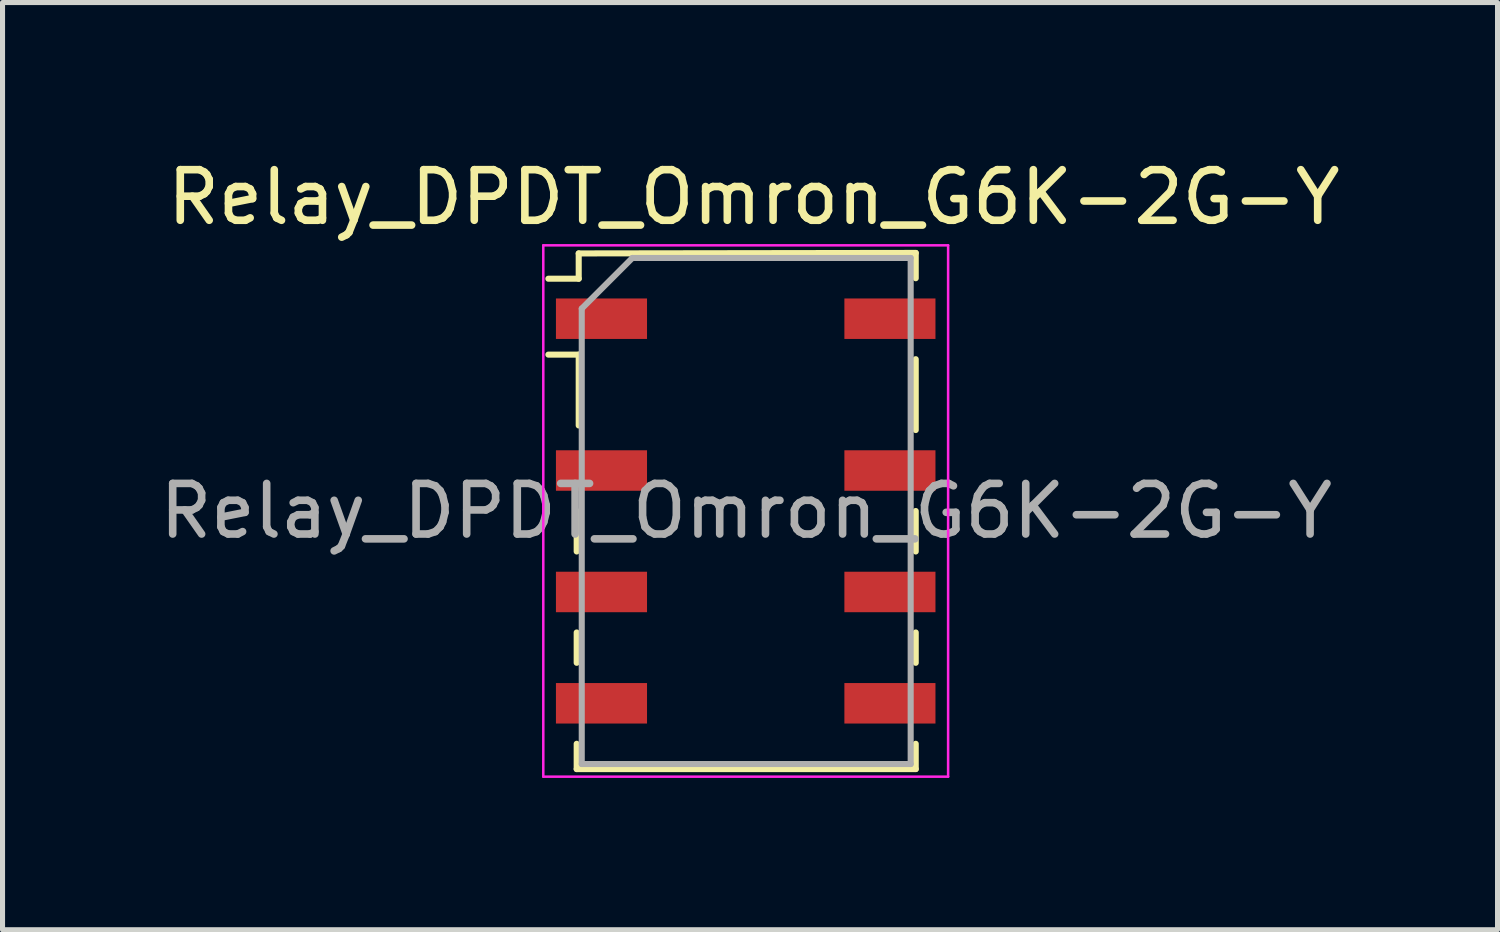
<source format=kicad_pcb>
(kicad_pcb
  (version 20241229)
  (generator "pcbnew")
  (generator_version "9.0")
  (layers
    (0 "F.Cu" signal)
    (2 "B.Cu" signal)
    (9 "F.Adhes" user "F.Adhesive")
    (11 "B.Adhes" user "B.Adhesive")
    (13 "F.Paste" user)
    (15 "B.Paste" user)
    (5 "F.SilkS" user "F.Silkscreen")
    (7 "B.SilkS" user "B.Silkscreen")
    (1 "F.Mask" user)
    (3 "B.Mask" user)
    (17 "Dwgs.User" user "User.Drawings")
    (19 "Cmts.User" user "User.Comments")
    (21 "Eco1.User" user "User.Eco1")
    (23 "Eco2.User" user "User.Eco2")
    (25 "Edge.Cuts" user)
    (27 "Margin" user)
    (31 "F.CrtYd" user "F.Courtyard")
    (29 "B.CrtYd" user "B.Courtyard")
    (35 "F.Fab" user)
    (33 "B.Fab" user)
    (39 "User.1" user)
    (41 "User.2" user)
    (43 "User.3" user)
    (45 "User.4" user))
  (footprint "Relay_DPDT_Omron_G6K-2G-Y"
    (layer "F.Cu")
    (at 11.686 7.048)
    (property "Reference" "Relay_DPDT_Omron_G6K-2G-Y" (at 0.16 -6.2 0) (layer "F.SilkS") (effects (font (size 1 1) (thickness 0.15))))
    (attr smd)
    (fp_line (start -3.34 0.8) (end -3.34 0) (stroke (width 0.12) (type solid)) (layer "F.SilkS"))
    (fp_line (start -3.34 3) (end -3.34 2.4) (stroke (width 0.12) (type solid)) (layer "F.SilkS"))
    (fp_line (start -3.34 5.1) (end -3.34 4.6) (stroke (width 0.12) (type solid)) (layer "F.SilkS"))
    (fp_line (start -3.3 -5.09) (end -3.3 -4.59) (stroke (width 0.12) (type solid)) (layer "F.SilkS"))
    (fp_line (start -3.3 -5.09) (end 3.36 -5.1) (stroke (width 0.12) (type solid)) (layer "F.SilkS"))
    (fp_line (start -3.3 -4.59) (end -3.9 -4.59) (stroke (width 0.12) (type solid)) (layer "F.SilkS"))
    (fp_line (start -3.3 -3.09) (end -3.9 -3.09) (stroke (width 0.12) (type solid)) (layer "F.SilkS"))
    (fp_line (start -3.3 -1.69) (end -3.3 -3.09) (stroke (width 0.12) (type solid)) (layer "F.SilkS"))
    (fp_line (start 3.36 -5.1) (end 3.36 -4.6) (stroke (width 0.12) (type solid)) (layer "F.SilkS"))
    (fp_line (start 3.36 -3) (end 3.36 -1.6) (stroke (width 0.12) (type solid)) (layer "F.SilkS"))
    (fp_line (start 3.36 0) (end 3.36 0.8) (stroke (width 0.12) (type solid)) (layer "F.SilkS"))
    (fp_line (start 3.36 2.4) (end 3.36 3) (stroke (width 0.12) (type solid)) (layer "F.SilkS"))
    (fp_line (start 3.36 4.6) (end 3.36 5.1) (stroke (width 0.12) (type solid)) (layer "F.SilkS"))
    (fp_line (start 3.36 5.1) (end -3.34 5.1) (stroke (width 0.12) (type solid)) (layer "F.SilkS"))
    (fp_line (start -4 -5.25) (end -4 5.25) (stroke (width 0.05) (type solid)) (layer "F.CrtYd"))
    (fp_line (start -4 -5.25) (end 4 -5.25) (stroke (width 0.05) (type solid)) (layer "F.CrtYd"))
    (fp_line (start 4 5.25) (end -4 5.25) (stroke (width 0.05) (type solid)) (layer "F.CrtYd"))
    (fp_line (start 4 5.25) (end 4 -5.25) (stroke (width 0.05) (type solid)) (layer "F.CrtYd"))
    (fp_line (start -3.24 -4) (end -2.24 -5) (stroke (width 0.12) (type solid)) (layer "F.Fab"))
    (fp_line (start -3.24 5) (end -3.24 -4) (stroke (width 0.12) (type solid)) (layer "F.Fab"))
    (fp_line (start -2.24 -5) (end 3.26 -5) (stroke (width 0.12) (type solid)) (layer "F.Fab"))
    (fp_line (start 3.26 -5) (end 3.26 5) (stroke (width 0.12) (type solid)) (layer "F.Fab"))
    (fp_line (start 3.26 5) (end -3.24 5) (stroke (width 0.12) (type solid)) (layer "F.Fab"))
    (fp_text user "${REFERENCE}" (at 0.01 0 0) (layer "F.Fab") (effects (font (size 1 1) (thickness 0.15))))
    (pad "1" smd rect (at -2.85 -3.8) (size 1.8 0.8) (layers "F.Cu" "F.Mask" "F.Paste"))
    (pad "2" smd rect (at -2.85 -0.8) (size 1.8 0.8) (layers "F.Cu" "F.Mask" "F.Paste"))
    (pad "3" smd rect (at -2.85 1.6) (size 1.8 0.8) (layers "F.Cu" "F.Mask" "F.Paste"))
    (pad "4" smd rect (at -2.85 3.8) (size 1.8 0.8) (layers "F.Cu" "F.Mask" "F.Paste"))
    (pad "5" smd rect (at 2.85 3.8) (size 1.8 0.8) (layers "F.Cu" "F.Mask" "F.Paste"))
    (pad "6" smd rect (at 2.85 1.6) (size 1.8 0.8) (layers "F.Cu" "F.Mask" "F.Paste"))
    (pad "7" smd rect (at 2.85 -0.8) (size 1.8 0.8) (layers "F.Cu" "F.Mask" "F.Paste"))
    (pad "8" smd rect (at 2.85 -3.8) (size 1.8 0.8) (layers "F.Cu" "F.Mask" "F.Paste")))
  (gr_rect
    (start -3 -3)
    (end 26.543 15.323)
    (stroke (width 0.1) (type default))
    (fill no)
    (layer "Edge.Cuts")))
</source>
